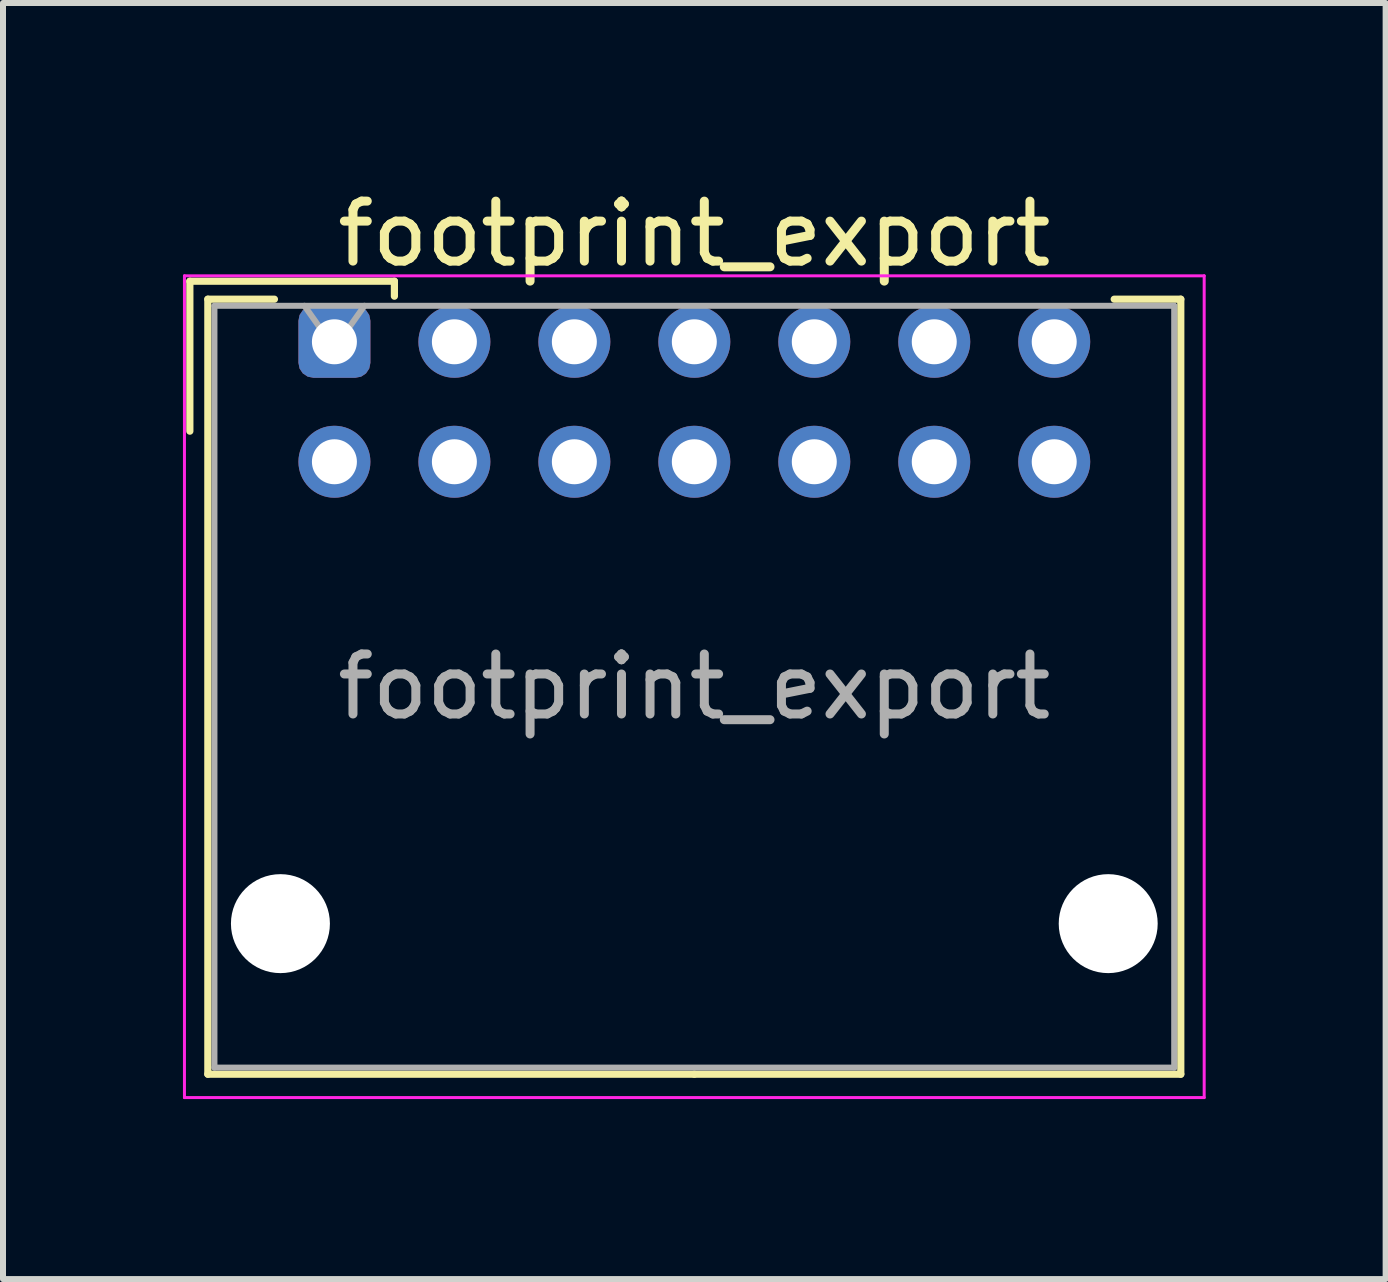
<source format=kicad_pcb>
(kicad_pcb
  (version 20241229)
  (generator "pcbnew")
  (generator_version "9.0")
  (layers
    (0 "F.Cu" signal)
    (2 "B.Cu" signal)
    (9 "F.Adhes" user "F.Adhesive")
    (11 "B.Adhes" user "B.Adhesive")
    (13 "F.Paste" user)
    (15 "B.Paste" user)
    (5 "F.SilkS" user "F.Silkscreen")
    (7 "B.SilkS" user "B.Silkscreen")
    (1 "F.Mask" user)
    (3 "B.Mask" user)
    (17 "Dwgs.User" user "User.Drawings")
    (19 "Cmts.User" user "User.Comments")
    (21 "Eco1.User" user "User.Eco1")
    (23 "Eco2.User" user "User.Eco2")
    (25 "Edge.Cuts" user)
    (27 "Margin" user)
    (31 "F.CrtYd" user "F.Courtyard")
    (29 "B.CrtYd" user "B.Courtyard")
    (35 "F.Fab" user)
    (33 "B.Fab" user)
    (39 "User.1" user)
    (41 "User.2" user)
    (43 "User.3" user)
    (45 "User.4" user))
  (footprint "footprint_export"
    (layer "F.Cu")
    (at 2.525 2.648)
    (property "Reference" "footprint_export" (at 6 -1.8 0) (layer "F.SilkS") (effects (font (size 1 1) (thickness 0.15))))
    (attr through_hole)
    (fp_line (start -2.41 -1.01) (end -2.41 1.49) (stroke (width 0.12) (type solid)) (layer "F.SilkS"))
    (fp_line (start -2.11 -0.71) (end -2.11 12.21) (stroke (width 0.12) (type solid)) (layer "F.SilkS"))
    (fp_line (start -2.11 12.21) (end 6 12.21) (stroke (width 0.12) (type solid)) (layer "F.SilkS"))
    (fp_line (start -1 -0.71) (end -2.11 -0.71) (stroke (width 0.12) (type solid)) (layer "F.SilkS"))
    (fp_line (start 1 -1.01) (end -2.41 -1.01) (stroke (width 0.12) (type solid)) (layer "F.SilkS"))
    (fp_line (start 1 -0.76) (end 1 -1.01) (stroke (width 0.12) (type solid)) (layer "F.SilkS"))
    (fp_line (start 13 -0.71) (end 14.11 -0.71) (stroke (width 0.12) (type solid)) (layer "F.SilkS"))
    (fp_line (start 14.11 -0.71) (end 14.11 12.21) (stroke (width 0.12) (type solid)) (layer "F.SilkS"))
    (fp_line (start 14.11 12.21) (end 6 12.21) (stroke (width 0.12) (type solid)) (layer "F.SilkS"))
    (fp_line (start -2.5 -1.1) (end -2.5 12.6) (stroke (width 0.05) (type solid)) (layer "F.CrtYd"))
    (fp_line (start -2.5 12.6) (end 14.5 12.6) (stroke (width 0.05) (type solid)) (layer "F.CrtYd"))
    (fp_line (start 14.5 -1.1) (end -2.5 -1.1) (stroke (width 0.05) (type solid)) (layer "F.CrtYd"))
    (fp_line (start 14.5 12.6) (end 14.5 -1.1) (stroke (width 0.05) (type solid)) (layer "F.CrtYd"))
    (fp_line (start -2 -0.6) (end -2 12.1) (stroke (width 0.1) (type solid)) (layer "F.Fab"))
    (fp_line (start -2 12.1) (end 14 12.1) (stroke (width 0.1) (type solid)) (layer "F.Fab"))
    (fp_line (start 0 0.107) (end -0.5 -0.6) (stroke (width 0.1) (type solid)) (layer "F.Fab"))
    (fp_line (start 0.5 -0.6) (end 0 0.107) (stroke (width 0.1) (type solid)) (layer "F.Fab"))
    (fp_line (start 14 -0.6) (end -2 -0.6) (stroke (width 0.1) (type solid)) (layer "F.Fab"))
    (fp_line (start 14 12.1) (end 14 -0.6) (stroke (width 0.1) (type solid)) (layer "F.Fab"))
    (fp_text user "${REFERENCE}" (at 6 5.75 0) (layer "F.Fab") (effects (font (size 1 1) (thickness 0.15))))
    (pad "" np_thru_hole circle (at -0.9 9.7) (size 1.65 1.65) (drill 1.65) (layers "*.Cu" "*.Mask"))
    (pad "" np_thru_hole circle (at 12.9 9.7) (size 1.65 1.65) (drill 1.65) (layers "*.Cu" "*.Mask"))
    (pad "1" thru_hole roundrect (at 0 0) (size 1.2 1.2) (drill 0.75) (layers "*.Cu" "*.Mask") (roundrect_rratio 0.208))
    (pad "2" thru_hole circle (at 0 2) (size 1.2 1.2) (drill 0.75) (layers "*.Cu" "*.Mask"))
    (pad "3" thru_hole circle (at 2 0) (size 1.2 1.2) (drill 0.75) (layers "*.Cu" "*.Mask"))
    (pad "4" thru_hole circle (at 2 2) (size 1.2 1.2) (drill 0.75) (layers "*.Cu" "*.Mask"))
    (pad "5" thru_hole circle (at 4 0) (size 1.2 1.2) (drill 0.75) (layers "*.Cu" "*.Mask"))
    (pad "6" thru_hole circle (at 4 2) (size 1.2 1.2) (drill 0.75) (layers "*.Cu" "*.Mask"))
    (pad "7" thru_hole circle (at 6 0) (size 1.2 1.2) (drill 0.75) (layers "*.Cu" "*.Mask"))
    (pad "8" thru_hole circle (at 6 2) (size 1.2 1.2) (drill 0.75) (layers "*.Cu" "*.Mask"))
    (pad "9" thru_hole circle (at 8 0) (size 1.2 1.2) (drill 0.75) (layers "*.Cu" "*.Mask"))
    (pad "10" thru_hole circle (at 8 2) (size 1.2 1.2) (drill 0.75) (layers "*.Cu" "*.Mask"))
    (pad "11" thru_hole circle (at 10 0) (size 1.2 1.2) (drill 0.75) (layers "*.Cu" "*.Mask"))
    (pad "12" thru_hole circle (at 10 2) (size 1.2 1.2) (drill 0.75) (layers "*.Cu" "*.Mask"))
    (pad "13" thru_hole circle (at 12 0) (size 1.2 1.2) (drill 0.75) (layers "*.Cu" "*.Mask"))
    (pad "14" thru_hole circle (at 12 2) (size 1.2 1.2) (drill 0.75) (layers "*.Cu" "*.Mask")))
  (gr_rect
    (start -3 -3)
    (end 20.05 18.273)
    (stroke (width 0.1) (type default))
    (fill no)
    (layer "Edge.Cuts")))
</source>
